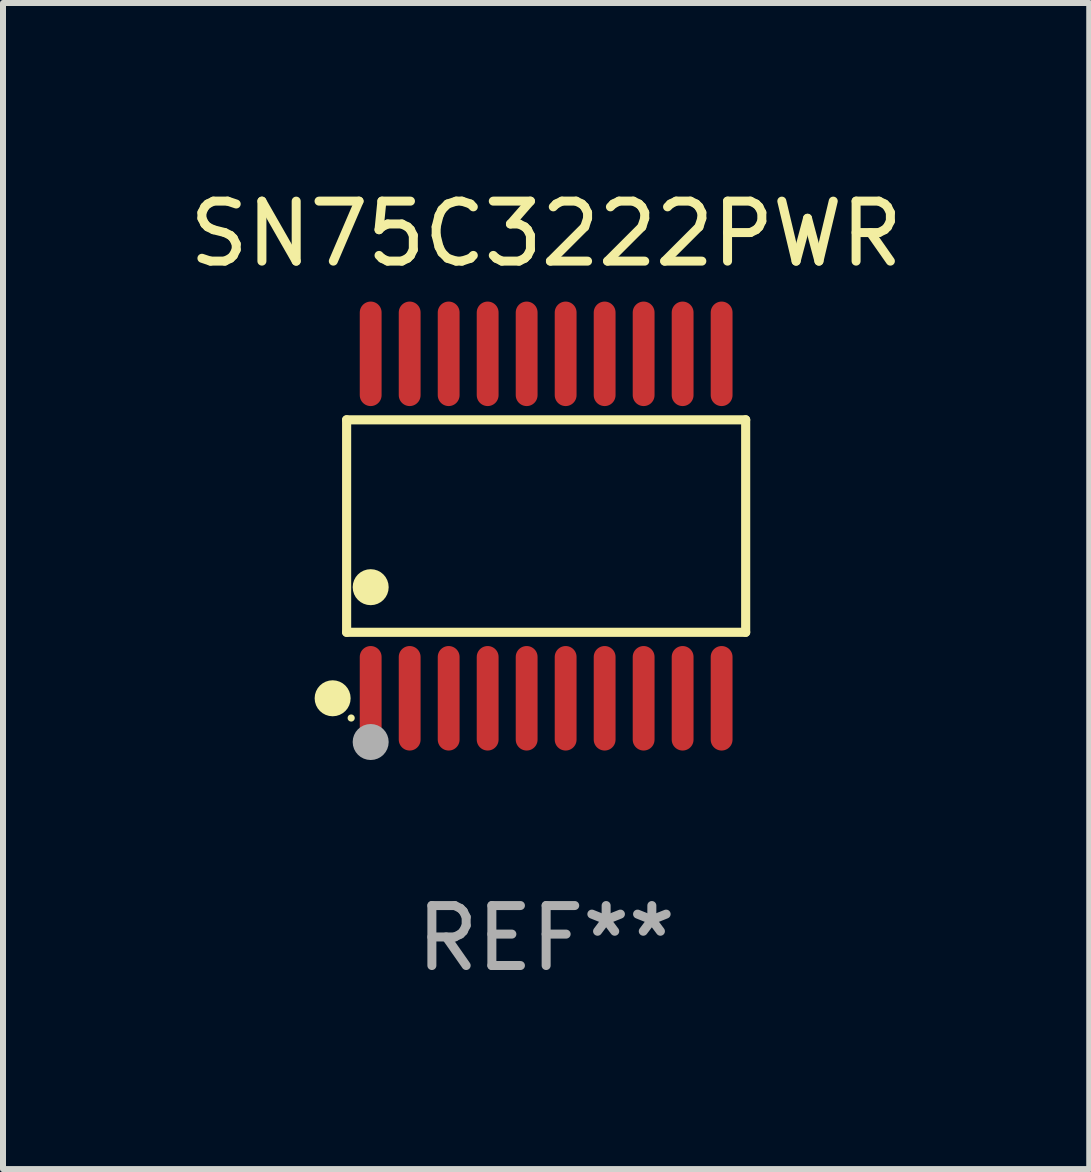
<source format=kicad_pcb>
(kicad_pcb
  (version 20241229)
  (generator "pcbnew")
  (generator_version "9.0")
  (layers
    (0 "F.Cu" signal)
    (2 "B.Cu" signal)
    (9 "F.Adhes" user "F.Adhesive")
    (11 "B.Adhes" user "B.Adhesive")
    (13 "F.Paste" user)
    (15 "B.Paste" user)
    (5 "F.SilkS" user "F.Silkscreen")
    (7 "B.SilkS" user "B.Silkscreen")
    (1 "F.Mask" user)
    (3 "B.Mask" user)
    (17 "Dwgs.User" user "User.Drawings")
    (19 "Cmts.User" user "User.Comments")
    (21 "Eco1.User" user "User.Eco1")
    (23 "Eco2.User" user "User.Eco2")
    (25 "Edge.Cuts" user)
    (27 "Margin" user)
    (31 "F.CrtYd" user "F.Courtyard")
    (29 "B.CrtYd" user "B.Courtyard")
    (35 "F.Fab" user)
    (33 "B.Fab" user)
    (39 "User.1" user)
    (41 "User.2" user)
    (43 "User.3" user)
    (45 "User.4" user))
  (footprint "SN75C3222PWR"
    (layer "F.Cu")
    (at 6.054 5.719)
    (property "Reference" "SN75C3222PWR" (at 0 -4.871 0) (layer "F.SilkS") (effects (font (size 1 1) (thickness 0.15))))
    (attr through_hole)
    (fp_line (start -3.326 -1.771) (end 3.326 -1.771) (stroke (width 0.152) (type solid)) (layer "F.SilkS"))
    (fp_line (start -3.326 1.771) (end -3.326 -1.771) (stroke (width 0.152) (type solid)) (layer "F.SilkS"))
    (fp_line (start 3.326 -1.771) (end 3.326 1.771) (stroke (width 0.152) (type solid)) (layer "F.SilkS"))
    (fp_line (start 3.326 1.771) (end -3.326 1.771) (stroke (width 0.152) (type solid)) (layer "F.SilkS"))
    (fp_circle (center -3.559 2.871) (end -3.409 2.871) (stroke (width 0.3) (type solid)) (fill no) (layer "F.SilkS"))
    (fp_circle (center -3.25 3.2) (end -3.22 3.2) (stroke (width 0.06) (type solid)) (fill no) (layer "F.SilkS"))
    (fp_circle (center -2.925 1.019) (end -2.775 1.019) (stroke (width 0.3) (type solid)) (fill no) (layer "F.SilkS"))
    (fp_circle (center -2.925 3.6) (end -2.775 3.6) (stroke (width 0.3) (type solid)) (fill no) (layer "F.Fab"))
    (fp_text user "REF**" (at 0 6.871 0) (layer "F.Fab") (effects (font (size 1 1) (thickness 0.15))))
    (pad "1" smd oval (at -2.925 2.871) (size 0.364 1.742) (layers "F.Cu" "F.Mask" "F.Paste"))
    (pad "2" smd oval (at -2.275 2.871) (size 0.364 1.742) (layers "F.Cu" "F.Mask" "F.Paste"))
    (pad "3" smd oval (at -1.625 2.871) (size 0.364 1.742) (layers "F.Cu" "F.Mask" "F.Paste"))
    (pad "4" smd oval (at -0.975 2.871) (size 0.364 1.742) (layers "F.Cu" "F.Mask" "F.Paste"))
    (pad "5" smd oval (at -0.325 2.871) (size 0.364 1.742) (layers "F.Cu" "F.Mask" "F.Paste"))
    (pad "6" smd oval (at 0.325 2.871) (size 0.364 1.742) (layers "F.Cu" "F.Mask" "F.Paste"))
    (pad "7" smd oval (at 0.975 2.871) (size 0.364 1.742) (layers "F.Cu" "F.Mask" "F.Paste"))
    (pad "8" smd oval (at 1.625 2.871) (size 0.364 1.742) (layers "F.Cu" "F.Mask" "F.Paste"))
    (pad "9" smd oval (at 2.275 2.871) (size 0.364 1.742) (layers "F.Cu" "F.Mask" "F.Paste"))
    (pad "10" smd oval (at 2.925 2.871) (size 0.364 1.742) (layers "F.Cu" "F.Mask" "F.Paste"))
    (pad "11" smd oval (at 2.925 -2.871) (size 0.364 1.742) (layers "F.Cu" "F.Mask" "F.Paste"))
    (pad "12" smd oval (at 2.275 -2.871) (size 0.364 1.742) (layers "F.Cu" "F.Mask" "F.Paste"))
    (pad "13" smd oval (at 1.625 -2.871) (size 0.364 1.742) (layers "F.Cu" "F.Mask" "F.Paste"))
    (pad "14" smd oval (at 0.975 -2.871) (size 0.364 1.742) (layers "F.Cu" "F.Mask" "F.Paste"))
    (pad "15" smd oval (at 0.325 -2.871) (size 0.364 1.742) (layers "F.Cu" "F.Mask" "F.Paste"))
    (pad "16" smd oval (at -0.325 -2.871) (size 0.364 1.742) (layers "F.Cu" "F.Mask" "F.Paste"))
    (pad "17" smd oval (at -0.975 -2.871) (size 0.364 1.742) (layers "F.Cu" "F.Mask" "F.Paste"))
    (pad "18" smd oval (at -1.625 -2.871) (size 0.364 1.742) (layers "F.Cu" "F.Mask" "F.Paste"))
    (pad "19" smd oval (at -2.275 -2.871) (size 0.364 1.742) (layers "F.Cu" "F.Mask" "F.Paste"))
    (pad "20" smd oval (at -2.925 -2.871) (size 0.364 1.742) (layers "F.Cu" "F.Mask" "F.Paste")))
  (gr_rect
    (start -3 -3)
    (end 15.107 16.438)
    (stroke (width 0.1) (type default))
    (fill no)
    (layer "Edge.Cuts")))
</source>
